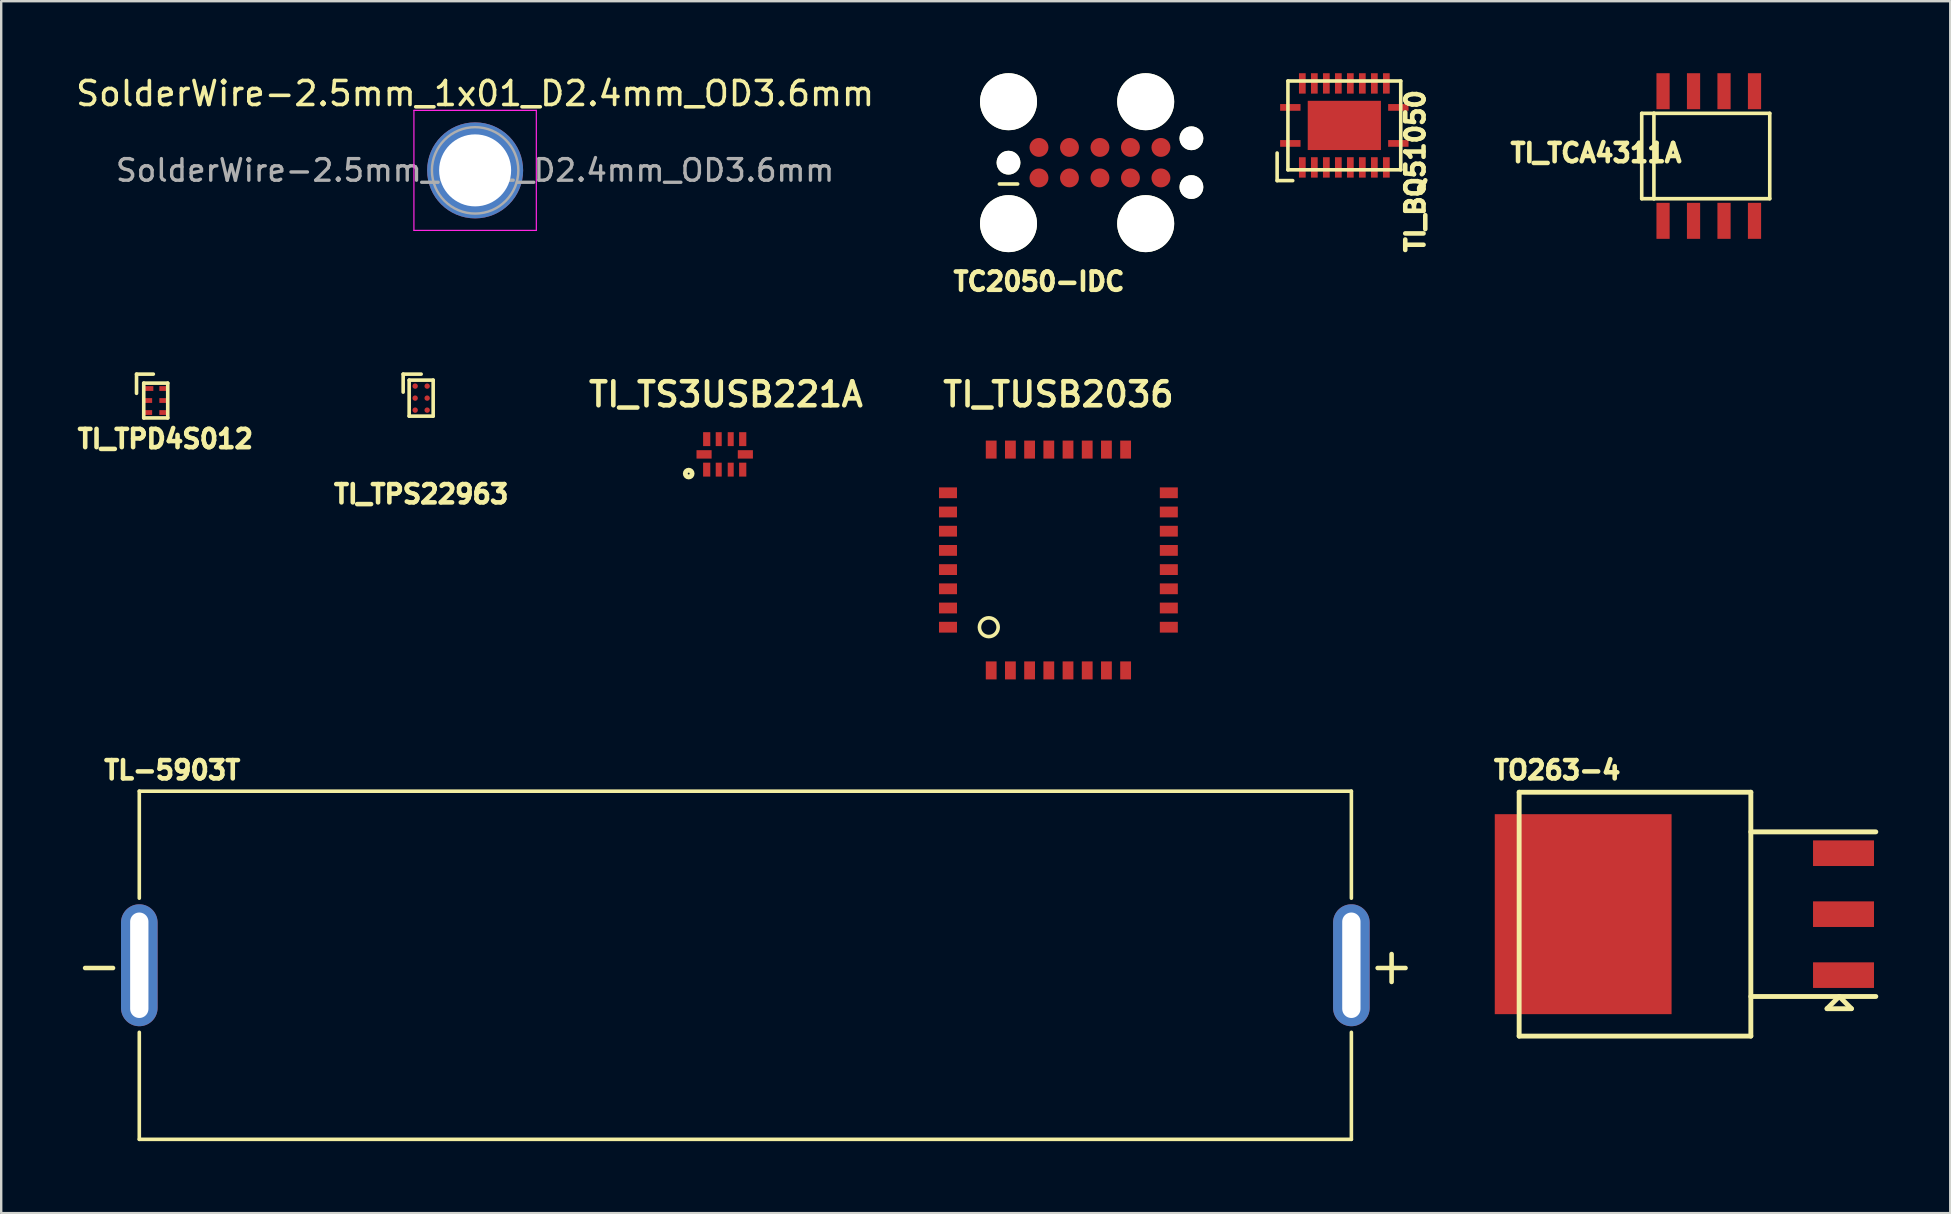
<source format=kicad_pcb>
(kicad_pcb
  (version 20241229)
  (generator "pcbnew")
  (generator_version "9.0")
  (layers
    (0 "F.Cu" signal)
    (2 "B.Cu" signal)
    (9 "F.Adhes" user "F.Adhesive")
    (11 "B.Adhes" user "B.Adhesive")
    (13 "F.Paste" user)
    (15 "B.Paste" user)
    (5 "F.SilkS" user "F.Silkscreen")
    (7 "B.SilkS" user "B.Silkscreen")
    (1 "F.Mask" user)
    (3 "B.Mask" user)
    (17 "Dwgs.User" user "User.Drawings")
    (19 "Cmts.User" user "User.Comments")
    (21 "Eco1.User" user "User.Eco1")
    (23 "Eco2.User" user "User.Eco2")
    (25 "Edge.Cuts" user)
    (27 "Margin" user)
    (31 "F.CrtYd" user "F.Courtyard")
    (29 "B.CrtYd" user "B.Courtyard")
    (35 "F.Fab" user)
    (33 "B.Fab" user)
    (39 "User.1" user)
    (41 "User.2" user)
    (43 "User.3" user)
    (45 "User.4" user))
  (footprint "TO263-4"
    (layer "F.Cu")
    (at 73.574 35.035)
    (property "Reference" "TO263-4" (at -11.75 -6 0) (layer "F.SilkS") (effects (font (size 0.762 0.762) (thickness 0.191))))
    (attr through_hole)
    (fp_line (start -13.335 -5.08) (end -3.683 -5.08) (stroke (width 0.203) (type solid)) (layer "F.SilkS"))
    (fp_line (start -13.335 5.08) (end -13.335 -5.08) (stroke (width 0.203) (type solid)) (layer "F.SilkS"))
    (fp_line (start -3.683 -5.08) (end -3.683 5.08) (stroke (width 0.203) (type solid)) (layer "F.SilkS"))
    (fp_line (start -3.683 5.08) (end -13.335 5.08) (stroke (width 0.203) (type solid)) (layer "F.SilkS"))
    (fp_line (start -0.508 3.937) (end 0.508 3.937) (stroke (width 0.203) (type solid)) (layer "F.SilkS"))
    (fp_line (start 0 3.429) (end -0.508 3.937) (stroke (width 0.203) (type solid)) (layer "F.SilkS"))
    (fp_line (start 0.508 3.937) (end 0 3.429) (stroke (width 0.203) (type solid)) (layer "F.SilkS"))
    (fp_line (start 1.524 -3.429) (end -3.683 -3.429) (stroke (width 0.203) (type solid)) (layer "F.SilkS"))
    (fp_line (start 1.524 3.429) (end -3.683 3.429) (stroke (width 0.203) (type solid)) (layer "F.SilkS"))
    (pad "1" smd rect (at 0.178 2.54) (size 2.54 1.067) (layers "F.Cu" "F.Mask" "F.Paste"))
    (pad "2" smd rect (at 0.178 0) (size 2.54 1.067) (layers "F.Cu" "F.Mask" "F.Paste"))
    (pad "3" smd rect (at 0.178 -2.54) (size 2.54 1.067) (layers "F.Cu" "F.Mask" "F.Paste"))
    (pad "PAD" smd rect (at -10.668 0) (size 7.366 8.331) (layers "F.Cu" "F.Mask" "F.Paste")))
  (footprint "TI_TUSB2036"
    (layer "F.Cu")
    (at 41.044 20.28)
    (property "Reference" "TI_TUSB2036" (at 0 -6.9 0) (layer "F.SilkS") (effects (font (size 1 1) (thickness 0.191))))
    (attr through_hole)
    (fp_circle (center -2.9 2.8) (end -2.6 2.55) (stroke (width 0.15) (type solid)) (fill no) (layer "F.SilkS"))
    (pad "1" smd rect (at -2.8 4.6) (size 0.45 0.75) (layers "F.Cu" "F.Mask" "F.Paste"))
    (pad "2" smd rect (at -2 4.6) (size 0.45 0.75) (layers "F.Cu" "F.Mask" "F.Paste"))
    (pad "3" smd rect (at -1.2 4.6) (size 0.45 0.75) (layers "F.Cu" "F.Mask" "F.Paste"))
    (pad "4" smd rect (at -0.4 4.6) (size 0.45 0.75) (layers "F.Cu" "F.Mask" "F.Paste"))
    (pad "5" smd rect (at 0.4 4.6) (size 0.45 0.75) (layers "F.Cu" "F.Mask" "F.Paste"))
    (pad "6" smd rect (at 1.2 4.6) (size 0.45 0.75) (layers "F.Cu" "F.Mask" "F.Paste"))
    (pad "7" smd rect (at 2 4.6) (size 0.45 0.75) (layers "F.Cu" "F.Mask" "F.Paste"))
    (pad "8" smd rect (at 2.8 4.6) (size 0.45 0.75) (layers "F.Cu" "F.Mask" "F.Paste"))
    (pad "9" smd rect (at 4.6 2.8) (size 0.75 0.45) (layers "F.Cu" "F.Mask" "F.Paste"))
    (pad "10" smd rect (at 4.6 2) (size 0.75 0.45) (layers "F.Cu" "F.Mask" "F.Paste"))
    (pad "11" smd rect (at 4.6 1.2) (size 0.75 0.45) (layers "F.Cu" "F.Mask" "F.Paste"))
    (pad "12" smd rect (at 4.6 0.4) (size 0.75 0.45) (layers "F.Cu" "F.Mask" "F.Paste"))
    (pad "13" smd rect (at 4.6 -0.4) (size 0.75 0.45) (layers "F.Cu" "F.Mask" "F.Paste"))
    (pad "14" smd rect (at 4.6 -1.2) (size 0.75 0.45) (layers "F.Cu" "F.Mask" "F.Paste"))
    (pad "15" smd rect (at 4.6 -2) (size 0.75 0.45) (layers "F.Cu" "F.Mask" "F.Paste"))
    (pad "16" smd rect (at 4.6 -2.8) (size 0.75 0.45) (layers "F.Cu" "F.Mask" "F.Paste"))
    (pad "17" smd rect (at 2.8 -4.6) (size 0.45 0.75) (layers "F.Cu" "F.Mask" "F.Paste"))
    (pad "18" smd rect (at 2 -4.6) (size 0.45 0.75) (layers "F.Cu" "F.Mask" "F.Paste"))
    (pad "19" smd rect (at 1.2 -4.6) (size 0.45 0.75) (layers "F.Cu" "F.Mask" "F.Paste"))
    (pad "20" smd rect (at 0.4 -4.6) (size 0.45 0.75) (layers "F.Cu" "F.Mask" "F.Paste"))
    (pad "21" smd rect (at -0.4 -4.6) (size 0.45 0.75) (layers "F.Cu" "F.Mask" "F.Paste"))
    (pad "22" smd rect (at -1.2 -4.6) (size 0.45 0.75) (layers "F.Cu" "F.Mask" "F.Paste"))
    (pad "23" smd rect (at -2 -4.6) (size 0.45 0.75) (layers "F.Cu" "F.Mask" "F.Paste"))
    (pad "24" smd rect (at -2.8 -4.6) (size 0.45 0.75) (layers "F.Cu" "F.Mask" "F.Paste"))
    (pad "25" smd rect (at -4.6 -2.8) (size 0.75 0.45) (layers "F.Cu" "F.Mask" "F.Paste"))
    (pad "26" smd rect (at -4.6 -2) (size 0.75 0.45) (layers "F.Cu" "F.Mask" "F.Paste"))
    (pad "27" smd rect (at -4.6 -1.2) (size 0.75 0.45) (layers "F.Cu" "F.Mask" "F.Paste"))
    (pad "28" smd rect (at -4.6 -0.4) (size 0.75 0.45) (layers "F.Cu" "F.Mask" "F.Paste"))
    (pad "29" smd rect (at -4.6 0.4) (size 0.75 0.45) (layers "F.Cu" "F.Mask" "F.Paste"))
    (pad "30" smd rect (at -4.6 1.2) (size 0.75 0.45) (layers "F.Cu" "F.Mask" "F.Paste"))
    (pad "31" smd rect (at -4.6 2) (size 0.75 0.45) (layers "F.Cu" "F.Mask" "F.Paste"))
    (pad "32" smd rect (at -4.6 2.8) (size 0.75 0.45) (layers "F.Cu" "F.Mask" "F.Paste")))
  (footprint "TI_TPS22963"
    (layer "F.Cu")
    (at 14.496 13.536)
    (property "Reference" "TI_TPS22963" (at 0 4 0) (layer "F.SilkS") (effects (font (size 0.762 0.762) (thickness 0.191))))
    (attr through_hole)
    (fp_line (start -0.75 -1) (end -0.75 -0.25) (stroke (width 0.15) (type solid)) (layer "F.SilkS"))
    (fp_line (start -0.5 -0.75) (end -0.5 0.75) (stroke (width 0.15) (type solid)) (layer "F.SilkS"))
    (fp_line (start -0.5 0.75) (end 0.5 0.75) (stroke (width 0.15) (type solid)) (layer "F.SilkS"))
    (fp_line (start 0 -1) (end -0.75 -1) (stroke (width 0.15) (type solid)) (layer "F.SilkS"))
    (fp_line (start 0.5 -0.75) (end -0.5 -0.75) (stroke (width 0.15) (type solid)) (layer "F.SilkS"))
    (fp_line (start 0.5 0.75) (end 0.5 -0.75) (stroke (width 0.15) (type solid)) (layer "F.SilkS"))
    (pad "A1" smd circle (at -0.25 -0.5) (size 0.225 0.225) (layers "F.Cu" "F.Mask" "F.Paste"))
    (pad "A2" smd circle (at 0.25 -0.5) (size 0.225 0.225) (layers "F.Cu" "F.Mask" "F.Paste"))
    (pad "B1" smd circle (at -0.25 0) (size 0.225 0.225) (layers "F.Cu" "F.Mask" "F.Paste"))
    (pad "B2" smd circle (at 0.25 0) (size 0.225 0.225) (layers "F.Cu" "F.Mask" "F.Paste"))
    (pad "C1" smd circle (at -0.25 0.5) (size 0.225 0.225) (layers "F.Cu" "F.Mask" "F.Paste"))
    (pad "C2" smd circle (at 0.25 0.5) (size 0.225 0.225) (layers "F.Cu" "F.Mask" "F.Paste")))
  (footprint "TI_TCA4311A"
    (layer "F.Cu")
    (at 68.139 3.45)
    (property "Reference" "TI_TCA4311A" (at -4.699 -0.127 0) (layer "F.SilkS") (effects (font (size 0.762 0.762) (thickness 0.191))))
    (attr through_hole)
    (fp_line (start -2.794 -1.778) (end -2.794 1.778) (stroke (width 0.15) (type solid)) (layer "F.SilkS"))
    (fp_line (start -2.794 1.778) (end -2.286 1.778) (stroke (width 0.15) (type solid)) (layer "F.SilkS"))
    (fp_line (start -2.286 -1.778) (end -2.794 -1.778) (stroke (width 0.15) (type solid)) (layer "F.SilkS"))
    (fp_line (start -2.286 -1.778) (end -2.286 1.778) (stroke (width 0.15) (type solid)) (layer "F.SilkS"))
    (fp_line (start -2.286 1.778) (end 2.54 1.778) (stroke (width 0.15) (type solid)) (layer "F.SilkS"))
    (fp_line (start 2.54 -1.778) (end -2.286 -1.778) (stroke (width 0.15) (type solid)) (layer "F.SilkS"))
    (fp_line (start 2.54 1.778) (end 2.54 -1.778) (stroke (width 0.15) (type solid)) (layer "F.SilkS"))
    (pad "1" smd rect (at -1.905 2.7) (size 0.55 1.5) (layers "F.Cu" "F.Mask" "F.Paste"))
    (pad "2" smd rect (at -0.635 2.7) (size 0.55 1.5) (layers "F.Cu" "F.Mask" "F.Paste"))
    (pad "3" smd rect (at 0.635 2.7) (size 0.55 1.5) (layers "F.Cu" "F.Mask" "F.Paste"))
    (pad "4" smd rect (at 1.905 2.7) (size 0.55 1.5) (layers "F.Cu" "F.Mask" "F.Paste"))
    (pad "5" smd rect (at 1.905 -2.7) (size 0.55 1.5) (layers "F.Cu" "F.Mask" "F.Paste"))
    (pad "6" smd rect (at 0.635 -2.7) (size 0.55 1.5) (layers "F.Cu" "F.Mask" "F.Paste"))
    (pad "7" smd rect (at -0.635 -2.7) (size 0.55 1.5) (layers "F.Cu" "F.Mask" "F.Paste"))
    (pad "8" smd rect (at -1.905 -2.7) (size 0.55 1.5) (layers "F.Cu" "F.Mask" "F.Paste")))
  (footprint "TI_TS3USB221A"
    (layer "F.Cu")
    (at 27.142 15.88)
    (property "Reference" "TI_TS3USB221A" (at 0.05 -2.5 0) (layer "F.SilkS") (effects (font (size 1 1) (thickness 0.191))))
    (attr through_hole)
    (fp_circle (center -1.5 0.8) (end -1.4 0.9) (stroke (width 0.203) (type solid)) (fill no) (layer "F.SilkS"))
    (pad "1" smd rect (at -0.75 0.635) (size 0.3 0.58) (layers "F.Cu" "F.Mask" "F.Paste"))
    (pad "2" smd rect (at -0.25 0.635) (size 0.25 0.58) (layers "F.Cu" "F.Mask" "F.Paste"))
    (pad "3" smd rect (at 0.25 0.635) (size 0.25 0.58) (layers "F.Cu" "F.Mask" "F.Paste"))
    (pad "4" smd rect (at 0.75 0.635) (size 0.3 0.58) (layers "F.Cu" "F.Mask" "F.Paste"))
    (pad "5" smd rect (at 0.86 0) (size 0.63 0.35) (layers "F.Cu" "F.Mask" "F.Paste"))
    (pad "6" smd rect (at 0.75 -0.635) (size 0.3 0.58) (layers "F.Cu" "F.Mask" "F.Paste"))
    (pad "7" smd rect (at 0.25 -0.635) (size 0.25 0.58) (layers "F.Cu" "F.Mask" "F.Paste"))
    (pad "8" smd rect (at -0.25 -0.635) (size 0.25 0.58) (layers "F.Cu" "F.Mask" "F.Paste"))
    (pad "9" smd rect (at -0.75 -0.635) (size 0.3 0.58) (layers "F.Cu" "F.Mask" "F.Paste"))
    (pad "10" smd rect (at -0.86 0) (size 0.63 0.35) (layers "F.Cu" "F.Mask" "F.Paste")))
  (footprint "TI_BQ51050"
    (layer "F.Cu")
    (at 52.956 2.175)
    (property "Reference" "TI_BQ51050" (at 2.957 1.905 90) (layer "F.SilkS") (effects (font (size 0.762 0.762) (thickness 0.191))))
    (attr through_hole)
    (fp_line (start -2.8 1.15) (end -2.8 2.3) (stroke (width 0.15) (type solid)) (layer "F.SilkS"))
    (fp_line (start -2.8 2.3) (end -2.15 2.3) (stroke (width 0.15) (type solid)) (layer "F.SilkS"))
    (fp_line (start -2.35 -1.85) (end -2.35 1.85) (stroke (width 0.15) (type solid)) (layer "F.SilkS"))
    (fp_line (start -2.35 1.85) (end 2.35 1.85) (stroke (width 0.15) (type solid)) (layer "F.SilkS"))
    (fp_line (start 2.35 -1.85) (end -2.35 -1.85) (stroke (width 0.15) (type solid)) (layer "F.SilkS"))
    (fp_line (start 2.35 1.85) (end 2.35 -1.85) (stroke (width 0.15) (type solid)) (layer "F.SilkS"))
    (pad "1" smd rect (at -2.25 0.75) (size 0.85 0.28) (layers "F.Cu" "F.Mask"))
    (pad "2" smd rect (at -1.75 1.75) (size 0.28 0.85) (layers "F.Cu" "F.Mask"))
    (pad "3" smd rect (at -1.25 1.75) (size 0.28 0.85) (layers "F.Cu" "F.Mask"))
    (pad "4" smd rect (at -0.75 1.75) (size 0.28 0.85) (layers "F.Cu" "F.Mask"))
    (pad "5" smd rect (at -0.25 1.75) (size 0.28 0.85) (layers "F.Cu" "F.Mask"))
    (pad "6" smd rect (at 0.25 1.75) (size 0.28 0.85) (layers "F.Cu" "F.Mask"))
    (pad "7" smd rect (at 0.75 1.75) (size 0.28 0.85) (layers "F.Cu" "F.Mask"))
    (pad "8" smd rect (at 1.25 1.75) (size 0.28 0.85) (layers "F.Cu" "F.Mask"))
    (pad "9" smd rect (at 1.75 1.75) (size 0.28 0.85) (layers "F.Cu" "F.Mask"))
    (pad "10" smd rect (at 2.25 0.75) (size 0.85 0.28) (layers "F.Cu" "F.Mask"))
    (pad "11" smd rect (at 2.25 -0.75) (size 0.85 0.28) (layers "F.Cu" "F.Mask"))
    (pad "12" smd rect (at 1.75 -1.75) (size 0.28 0.85) (layers "F.Cu" "F.Mask"))
    (pad "13" smd rect (at 1.25 -1.75) (size 0.28 0.85) (layers "F.Cu" "F.Mask"))
    (pad "14" smd rect (at 0.75 -1.75) (size 0.28 0.85) (layers "F.Cu" "F.Mask"))
    (pad "15" smd rect (at 0.25 -1.75) (size 0.28 0.85) (layers "F.Cu" "F.Mask"))
    (pad "16" smd rect (at -0.25 -1.75) (size 0.28 0.85) (layers "F.Cu" "F.Mask"))
    (pad "17" smd rect (at -0.75 -1.75) (size 0.28 0.85) (layers "F.Cu" "F.Mask"))
    (pad "18" smd rect (at -1.25 -1.75) (size 0.28 0.85) (layers "F.Cu" "F.Mask"))
    (pad "19" smd rect (at -1.75 -1.75) (size 0.28 0.85) (layers "F.Cu" "F.Mask"))
    (pad "20" smd rect (at -2.25 -0.75) (size 0.85 0.28) (layers "F.Cu" "F.Mask"))
    (pad "21" smd rect (at 0 0) (size 3.05 2.05) (layers "F.Cu" "F.Mask")))
  (footprint "TL-5903T"
    (layer "F.Cu")
    (at 28.001 37.163)
    (property "Reference" "TL-5903T" (at -23.876 -8.128 0) (layer "F.SilkS") (effects (font (size 0.762 0.762) (thickness 0.191))))
    (attr through_hole)
    (fp_line (start -25.248 -7.252) (end -25.248 -2.794) (stroke (width 0.15) (type solid)) (layer "F.SilkS"))
    (fp_line (start -25.248 -7.252) (end 25.248 -7.252) (stroke (width 0.15) (type solid)) (layer "F.SilkS"))
    (fp_line (start -25.248 2.794) (end -25.248 7.252) (stroke (width 0.15) (type solid)) (layer "F.SilkS"))
    (fp_line (start -25.248 7.252) (end 25.248 7.252) (stroke (width 0.15) (type solid)) (layer "F.SilkS"))
    (fp_line (start 25.248 -7.252) (end 25.248 -2.794) (stroke (width 0.15) (type solid)) (layer "F.SilkS"))
    (fp_line (start 25.248 2.794) (end 25.248 7.252) (stroke (width 0.15) (type solid)) (layer "F.SilkS"))
    (fp_text user "+" (at 26.924 0 0) (layer "F.SilkS") (effects (font (size 1.524 1.524) (thickness 0.191))))
    (fp_text user "-" (at -26.924 0 0) (layer "F.SilkS") (effects (font (size 1.524 1.524) (thickness 0.191))))
    (pad "1" thru_hole oval (at -25.248 0) (size 1.524 5.08) (drill oval 0.762 4.394) (layers "*.Cu" "*.Mask"))
    (pad "2" thru_hole oval (at 25.248 0) (size 1.524 5.08) (drill oval 0.762 4.394) (layers "*.Cu" "*.Mask")))
  (footprint "TI_TPD4S012"
    (layer "F.Cu")
    (at 3.438 13.636)
    (property "Reference" "TI_TPD4S012" (at 0.4 1.6 0) (layer "F.SilkS") (effects (font (size 0.762 0.762) (thickness 0.191))))
    (attr through_hole)
    (fp_line (start -0.8 -1.1) (end -0.8 -0.3) (stroke (width 0.15) (type solid)) (layer "F.SilkS"))
    (fp_line (start -0.5 -0.725) (end 0.5 -0.725) (stroke (width 0.15) (type solid)) (layer "F.SilkS"))
    (fp_line (start -0.5 0.725) (end -0.5 -0.725) (stroke (width 0.15) (type solid)) (layer "F.SilkS"))
    (fp_line (start -0.1 -1.1) (end -0.8 -1.1) (stroke (width 0.15) (type solid)) (layer "F.SilkS"))
    (fp_line (start 0.5 -0.725) (end 0.5 0.725) (stroke (width 0.15) (type solid)) (layer "F.SilkS"))
    (fp_line (start 0.5 0.725) (end -0.5 0.725) (stroke (width 0.15) (type solid)) (layer "F.SilkS"))
    (pad "1" smd rect (at -0.275 -0.5) (size 0.35 0.2) (layers "F.Cu" "F.Mask" "F.Paste"))
    (pad "2" smd rect (at -0.3 0) (size 0.3 0.2) (layers "F.Cu" "F.Mask" "F.Paste"))
    (pad "3" smd rect (at -0.3 0.5) (size 0.3 0.2) (layers "F.Cu" "F.Mask" "F.Paste"))
    (pad "4" smd rect (at 0.3 0.5) (size 0.3 0.2) (layers "F.Cu" "F.Mask" "F.Paste"))
    (pad "5" smd rect (at 0.3 0) (size 0.3 0.2) (layers "F.Cu" "F.Mask" "F.Paste"))
    (pad "6" smd rect (at 0.3 -0.5) (size 0.3 0.2) (layers "F.Cu" "F.Mask" "F.Paste")))
  (footprint "TC2050-IDC"
    (layer "F.Cu")
    (at 38.965 3.727)
    (property "Reference" "TC2050-IDC" (at 1.27 4.953 0) (layer "F.SilkS") (effects (font (size 0.762 0.762) (thickness 0.191))))
    (attr through_hole)
    (fp_line (start 0.381 0.889) (end -0.381 0.889) (stroke (width 0.15) (type solid)) (layer "F.SilkS"))
    (pad "" np_thru_hole circle (at 0 -2.54) (size 2.375 2.375) (drill 2.375) (layers "*.Cu" "*.Mask" "F.SilkS"))
    (pad "" np_thru_hole circle (at 0 0) (size 0.991 0.991) (drill 0.991) (layers "*.Cu" "*.Mask" "F.SilkS"))
    (pad "" np_thru_hole circle (at 0 2.54) (size 2.375 2.375) (drill 2.375) (layers "*.Cu" "*.Mask" "F.SilkS"))
    (pad "" np_thru_hole circle (at 5.715 -2.54) (size 2.375 2.375) (drill 2.375) (layers "*.Cu" "*.Mask" "F.SilkS"))
    (pad "" np_thru_hole circle (at 5.715 2.54) (size 2.375 2.375) (drill 2.375) (layers "*.Cu" "*.Mask" "F.SilkS"))
    (pad "" np_thru_hole circle (at 7.62 -1.016) (size 0.991 0.991) (drill 0.991) (layers "*.Cu" "*.Mask" "F.SilkS"))
    (pad "" np_thru_hole circle (at 7.62 1.016) (size 0.991 0.991) (drill 0.991) (layers "*.Cu" "*.Mask" "F.SilkS"))
    (pad "1" smd circle (at 1.27 0.635) (size 0.787 0.787) (layers "F.Cu" "F.Mask" "F.Paste"))
    (pad "2" smd circle (at 2.54 0.635) (size 0.787 0.787) (layers "F.Cu" "F.Mask" "F.Paste"))
    (pad "3" smd circle (at 3.81 0.635) (size 0.787 0.787) (layers "F.Cu" "F.Mask" "F.Paste"))
    (pad "4" smd circle (at 5.08 0.635) (size 0.787 0.787) (layers "F.Cu" "F.Mask" "F.Paste"))
    (pad "5" smd circle (at 6.35 0.635) (size 0.787 0.787) (layers "F.Cu" "F.Mask" "F.Paste"))
    (pad "6" smd circle (at 6.35 -0.635) (size 0.787 0.787) (layers "F.Cu" "F.Mask" "F.Paste"))
    (pad "7" smd circle (at 5.08 -0.635) (size 0.787 0.787) (layers "F.Cu" "F.Mask" "F.Paste"))
    (pad "8" smd circle (at 3.81 -0.635) (size 0.787 0.787) (layers "F.Cu" "F.Mask" "F.Paste"))
    (pad "9" smd circle (at 2.54 -0.635) (size 0.787 0.787) (layers "F.Cu" "F.Mask" "F.Paste"))
    (pad "10" smd circle (at 1.27 -0.635) (size 0.787 0.787) (layers "F.Cu" "F.Mask" "F.Paste")))
  (footprint "SolderWire-2.5mm_1x01_D2.4mm_OD3.6mm"
    (layer "F.Cu")
    (at 16.744 4.048)
    (property "Reference" "SolderWire-2.5mm_1x01_D2.4mm_OD3.6mm" (at 0 -3.2 0) (layer "F.SilkS") (effects (font (size 1 1) (thickness 0.15))))
    (attr exclude_from_pos_files exclude_from_bom)
    (fp_line (start -2.55 -2.5) (end -2.55 2.5) (stroke (width 0.05) (type solid)) (layer "F.CrtYd"))
    (fp_line (start -2.55 2.5) (end 2.55 2.5) (stroke (width 0.05) (type solid)) (layer "F.CrtYd"))
    (fp_line (start 2.55 -2.5) (end -2.55 -2.5) (stroke (width 0.05) (type solid)) (layer "F.CrtYd"))
    (fp_line (start 2.55 2.5) (end 2.55 -2.5) (stroke (width 0.05) (type solid)) (layer "F.CrtYd"))
    (fp_circle (center 0 0) (end 1.8 0) (stroke (width 0.1) (type solid)) (fill no) (layer "F.Fab"))
    (fp_text user "${REFERENCE}" (at 0 0 0) (layer "F.Fab") (effects (font (size 0.9 0.9) (thickness 0.14))))
    (pad "1" thru_hole circle (at 0 0) (size 4 4) (drill 3) (layers "*.Cu" "*.Mask")))
  (gr_rect
    (start -3 -3)
    (end 78.199 47.49)
    (stroke (width 0.1) (type default))
    (fill no)
    (layer "Edge.Cuts")))
</source>
